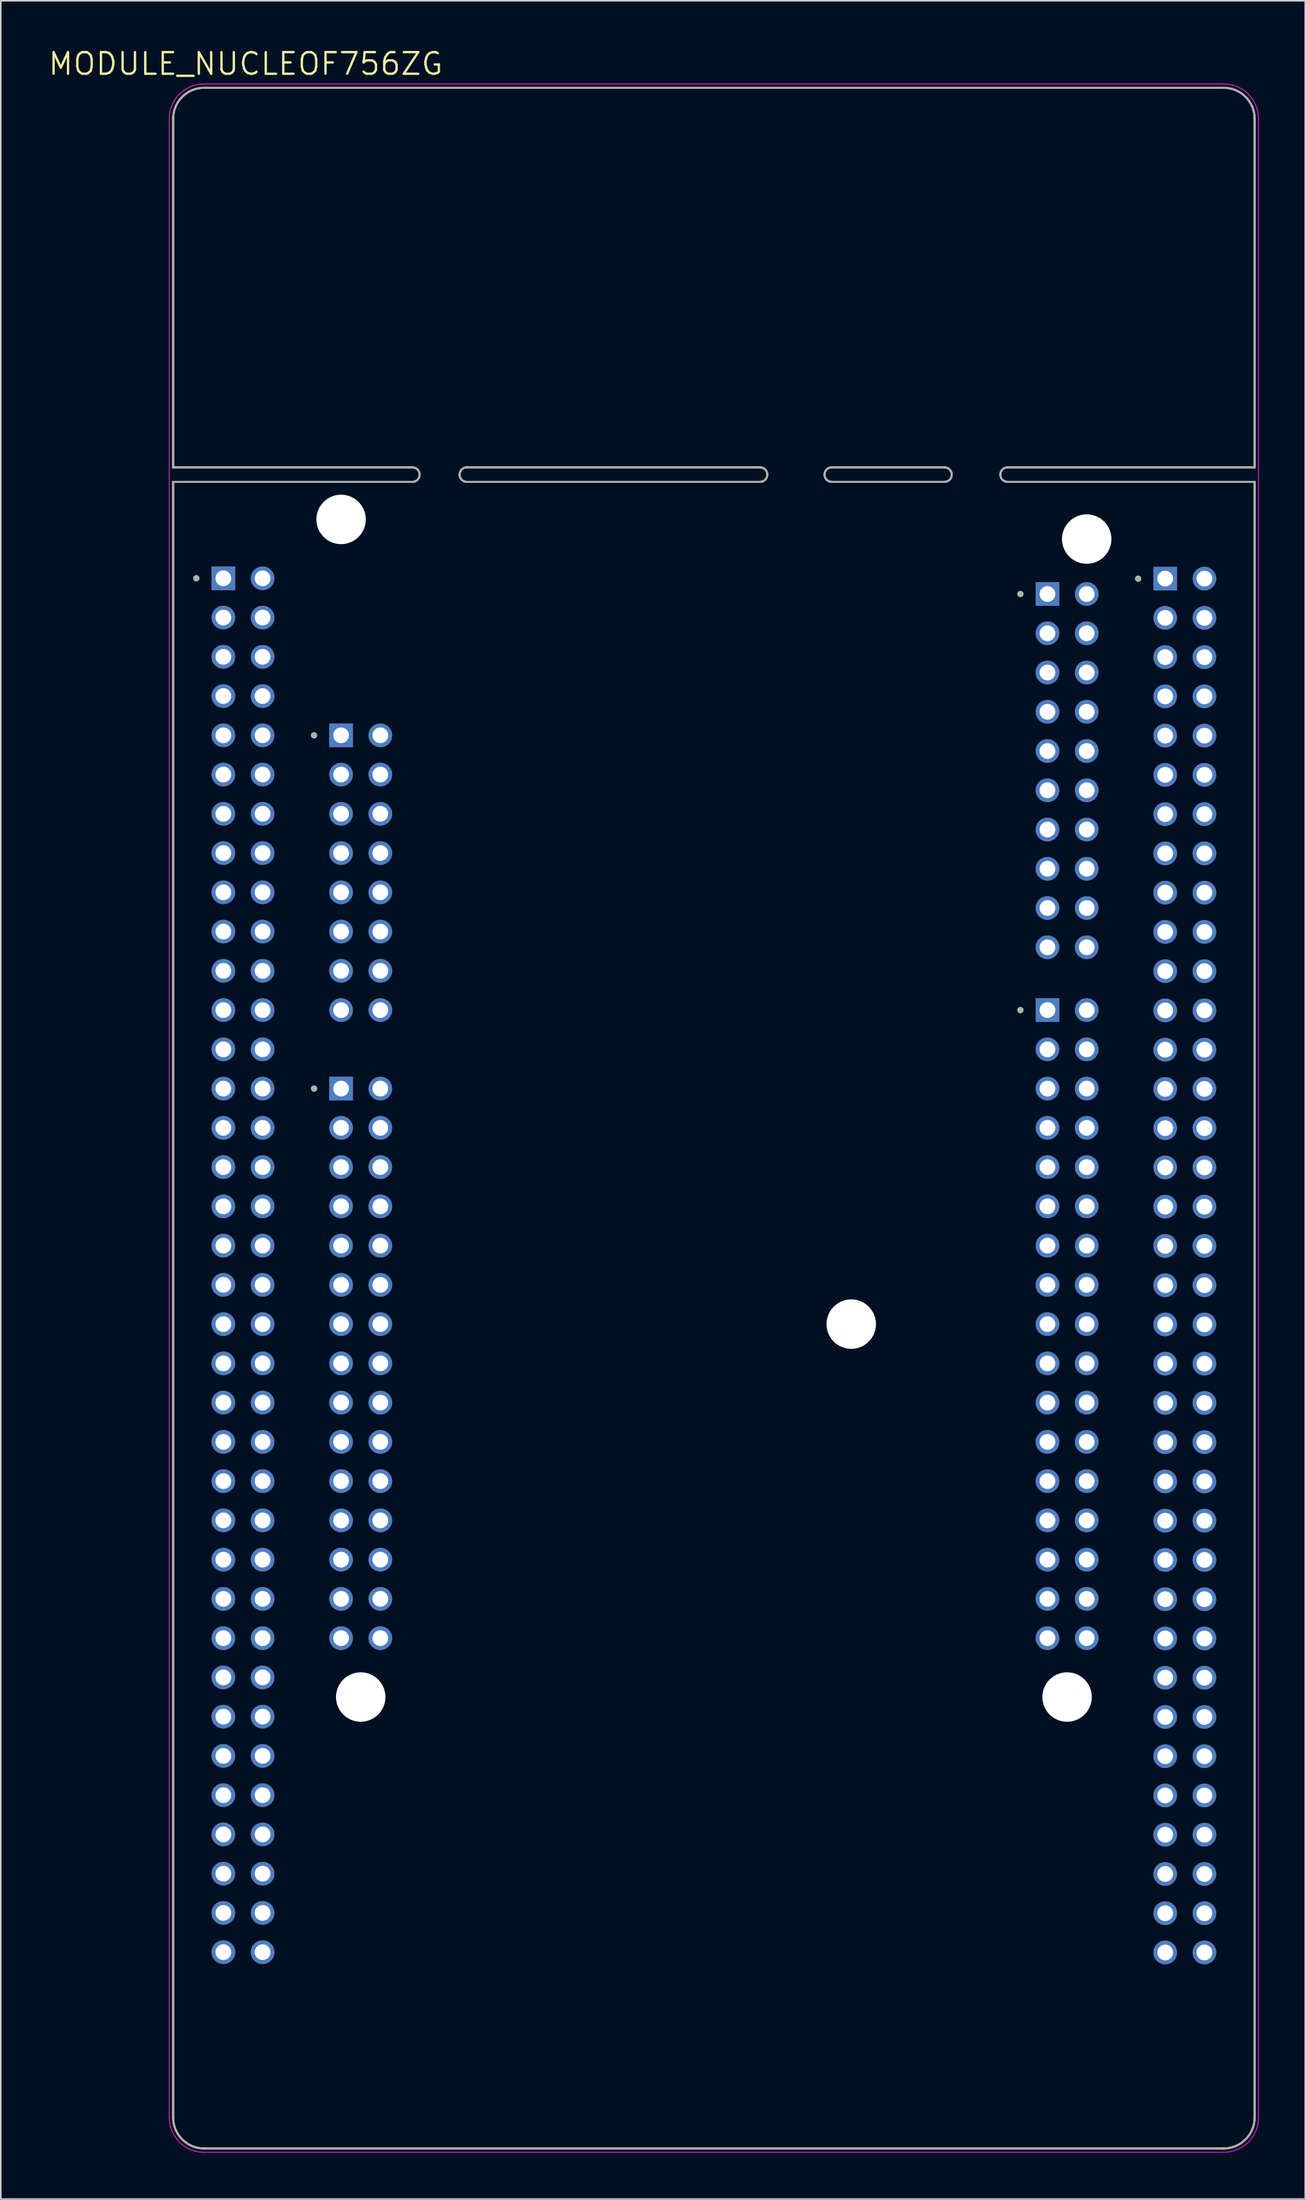
<source format=kicad_pcb>
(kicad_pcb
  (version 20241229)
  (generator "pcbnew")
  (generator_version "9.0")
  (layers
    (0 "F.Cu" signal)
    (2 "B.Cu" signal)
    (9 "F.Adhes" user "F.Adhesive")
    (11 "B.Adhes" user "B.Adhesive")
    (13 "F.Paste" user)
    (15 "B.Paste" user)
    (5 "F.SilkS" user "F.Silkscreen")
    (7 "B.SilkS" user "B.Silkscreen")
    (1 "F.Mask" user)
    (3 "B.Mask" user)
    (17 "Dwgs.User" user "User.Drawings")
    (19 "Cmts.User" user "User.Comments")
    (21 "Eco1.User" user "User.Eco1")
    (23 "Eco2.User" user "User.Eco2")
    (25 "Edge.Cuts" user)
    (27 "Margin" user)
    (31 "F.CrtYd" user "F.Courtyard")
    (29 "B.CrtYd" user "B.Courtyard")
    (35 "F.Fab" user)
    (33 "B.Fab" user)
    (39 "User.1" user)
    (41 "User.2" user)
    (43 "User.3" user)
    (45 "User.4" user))
  (footprint "MODULE_NUCLEOF756ZG"
    (layer "F.Cu")
    (at 43.157 69.301)
    (property "Reference" "MODULE_NUCLEOF756ZG" (at -30.305 -68.219 0) (layer "F.SilkS") (effects (font (size 1.4 1.4) (thickness 0.15))))
    (attr through_hole)
    (fp_line (start -35 -64.67) (end -35 -42.11) (stroke (width 0.127) (type solid)) (layer "F.SilkS"))
    (fp_line (start -35 -42.11) (end -19.507 -42.11) (stroke (width 0.127) (type solid)) (layer "F.SilkS"))
    (fp_line (start -35 -41.17) (end -35 64.67) (stroke (width 0.127) (type solid)) (layer "F.SilkS"))
    (fp_line (start -35 -41.17) (end -19.507 -41.17) (stroke (width 0.127) (type solid)) (layer "F.SilkS"))
    (fp_line (start -33 66.67) (end 33 66.67) (stroke (width 0.127) (type solid)) (layer "F.SilkS"))
    (fp_line (start -16.002 -42.11) (end 2.997 -42.11) (stroke (width 0.127) (type solid)) (layer "F.SilkS"))
    (fp_line (start -16.002 -41.17) (end 2.997 -41.17) (stroke (width 0.127) (type solid)) (layer "F.SilkS"))
    (fp_line (start 7.62 -42.11) (end 14.935 -42.11) (stroke (width 0.127) (type solid)) (layer "F.SilkS"))
    (fp_line (start 7.62 -41.17) (end 14.935 -41.17) (stroke (width 0.127) (type solid)) (layer "F.SilkS"))
    (fp_line (start 18.999 -42.11) (end 35 -42.11) (stroke (width 0.127) (type solid)) (layer "F.SilkS"))
    (fp_line (start 18.999 -41.17) (end 35 -41.17) (stroke (width 0.127) (type solid)) (layer "F.SilkS"))
    (fp_line (start 33 -66.67) (end -33 -66.67) (stroke (width 0.127) (type solid)) (layer "F.SilkS"))
    (fp_line (start 35 -42.11) (end 35 -64.67) (stroke (width 0.127) (type solid)) (layer "F.SilkS"))
    (fp_line (start 35 64.67) (end 35 -41.17) (stroke (width 0.127) (type solid)) (layer "F.SilkS"))
    (fp_arc (start -35 -64.67) (mid -34.414214 -66.084214) (end -33 -66.67) (stroke (width 0.127) (type solid)) (layer "F.SilkS"))
    (fp_arc (start -33 66.67) (mid -34.414214 66.084214) (end -35 64.67) (stroke (width 0.127) (type solid)) (layer "F.SilkS"))
    (fp_arc (start -19.507199 -42.11) (mid -19.044602 -41.64) (end -19.5072 -41.17) (stroke (width 0.127) (type solid)) (layer "F.SilkS"))
    (fp_arc (start -16.002001 -41.17) (mid -16.464598 -41.64) (end -16.002 -42.11) (stroke (width 0.127) (type solid)) (layer "F.SilkS"))
    (fp_arc (start 2.997201 -42.11) (mid 3.459798 -41.64) (end 2.9972 -41.17) (stroke (width 0.127) (type solid)) (layer "F.SilkS"))
    (fp_arc (start 7.619999 -41.17) (mid 7.157402 -41.64) (end 7.62 -42.11) (stroke (width 0.127) (type solid)) (layer "F.SilkS"))
    (fp_arc (start 14.935201 -42.11) (mid 15.397798 -41.64) (end 14.9352 -41.17) (stroke (width 0.127) (type solid)) (layer "F.SilkS"))
    (fp_arc (start 18.999199 -41.17) (mid 18.536602 -41.64) (end 18.9992 -42.11) (stroke (width 0.127) (type solid)) (layer "F.SilkS"))
    (fp_arc (start 33 -66.67) (mid 34.414214 -66.084214) (end 35 -64.67) (stroke (width 0.127) (type solid)) (layer "F.SilkS"))
    (fp_arc (start 35 64.67) (mid 34.414214 66.084214) (end 33 66.67) (stroke (width 0.127) (type solid)) (layer "F.SilkS"))
    (fp_circle (center -33.5 -34.93) (end -33.4 -34.93) (stroke (width 0.2) (type solid)) (fill no) (layer "F.SilkS"))
    (fp_circle (center -25.88 -24.77) (end -25.78 -24.77) (stroke (width 0.2) (type solid)) (fill no) (layer "F.SilkS"))
    (fp_circle (center -25.88 -1.91) (end -25.78 -1.91) (stroke (width 0.2) (type solid)) (fill no) (layer "F.SilkS"))
    (fp_circle (center 19.84 -33.914) (end 19.94 -33.914) (stroke (width 0.2) (type solid)) (fill no) (layer "F.SilkS"))
    (fp_circle (center 19.84 -6.99) (end 19.94 -6.99) (stroke (width 0.2) (type solid)) (fill no) (layer "F.SilkS"))
    (fp_circle (center 27.46 -34.905) (end 27.56 -34.905) (stroke (width 0.2) (type solid)) (fill no) (layer "F.SilkS"))
    (fp_line (start -35.25 -64.67) (end -35.25 64.67) (stroke (width 0.05) (type solid)) (layer "F.CrtYd"))
    (fp_line (start -33 66.92) (end 33 66.92) (stroke (width 0.05) (type solid)) (layer "F.CrtYd"))
    (fp_line (start 33 -66.92) (end -33 -66.92) (stroke (width 0.05) (type solid)) (layer "F.CrtYd"))
    (fp_line (start 35.25 64.67) (end 35.25 -64.67) (stroke (width 0.05) (type solid)) (layer "F.CrtYd"))
    (fp_arc (start -35.25 -64.67) (mid -34.59099 -66.26099) (end -33 -66.92) (stroke (width 0.05) (type solid)) (layer "F.CrtYd"))
    (fp_arc (start -33 66.92) (mid -34.59099 66.26099) (end -35.25 64.67) (stroke (width 0.05) (type solid)) (layer "F.CrtYd"))
    (fp_arc (start 33 -66.92) (mid 34.59099 -66.26099) (end 35.25 -64.67) (stroke (width 0.05) (type solid)) (layer "F.CrtYd"))
    (fp_arc (start 35.25 64.67) (mid 34.59099 66.26099) (end 33 66.92) (stroke (width 0.05) (type solid)) (layer "F.CrtYd"))
    (fp_line (start -35 -64.67) (end -35 -42.11) (stroke (width 0.127) (type solid)) (layer "F.Fab"))
    (fp_line (start -35 -42.11) (end -19.507 -42.11) (stroke (width 0.127) (type solid)) (layer "F.Fab"))
    (fp_line (start -35 -41.17) (end -35 64.67) (stroke (width 0.127) (type solid)) (layer "F.Fab"))
    (fp_line (start -35 -41.17) (end -19.507 -41.17) (stroke (width 0.127) (type solid)) (layer "F.Fab"))
    (fp_line (start -33 66.67) (end 33 66.67) (stroke (width 0.127) (type solid)) (layer "F.Fab"))
    (fp_line (start -16.002 -42.11) (end 2.997 -42.11) (stroke (width 0.127) (type solid)) (layer "F.Fab"))
    (fp_line (start -16.002 -41.17) (end 2.997 -41.17) (stroke (width 0.127) (type solid)) (layer "F.Fab"))
    (fp_line (start 7.62 -42.11) (end 14.935 -42.11) (stroke (width 0.127) (type solid)) (layer "F.Fab"))
    (fp_line (start 7.62 -41.17) (end 14.935 -41.17) (stroke (width 0.127) (type solid)) (layer "F.Fab"))
    (fp_line (start 18.999 -42.11) (end 35 -42.11) (stroke (width 0.127) (type solid)) (layer "F.Fab"))
    (fp_line (start 18.999 -41.17) (end 35 -41.17) (stroke (width 0.127) (type solid)) (layer "F.Fab"))
    (fp_line (start 33 -66.67) (end -33 -66.67) (stroke (width 0.127) (type solid)) (layer "F.Fab"))
    (fp_line (start 35 -42.11) (end 35 -64.67) (stroke (width 0.127) (type solid)) (layer "F.Fab"))
    (fp_line (start 35 64.67) (end 35 -41.17) (stroke (width 0.127) (type solid)) (layer "F.Fab"))
    (fp_arc (start -35 -64.67) (mid -34.414214 -66.084214) (end -33 -66.67) (stroke (width 0.127) (type solid)) (layer "F.Fab"))
    (fp_arc (start -33 66.67) (mid -34.414214 66.084214) (end -35 64.67) (stroke (width 0.127) (type solid)) (layer "F.Fab"))
    (fp_arc (start -19.507199 -42.11) (mid -19.044602 -41.64) (end -19.5072 -41.17) (stroke (width 0.127) (type solid)) (layer "F.Fab"))
    (fp_arc (start -16.002001 -41.17) (mid -16.464598 -41.64) (end -16.002 -42.11) (stroke (width 0.127) (type solid)) (layer "F.Fab"))
    (fp_arc (start 2.997201 -42.11) (mid 3.459798 -41.64) (end 2.9972 -41.17) (stroke (width 0.127) (type solid)) (layer "F.Fab"))
    (fp_arc (start 7.619999 -41.17) (mid 7.157402 -41.64) (end 7.62 -42.11) (stroke (width 0.127) (type solid)) (layer "F.Fab"))
    (fp_arc (start 14.935201 -42.11) (mid 15.397798 -41.64) (end 14.9352 -41.17) (stroke (width 0.127) (type solid)) (layer "F.Fab"))
    (fp_arc (start 18.999199 -41.17) (mid 18.536602 -41.64) (end 18.9992 -42.11) (stroke (width 0.127) (type solid)) (layer "F.Fab"))
    (fp_arc (start 33 -66.67) (mid 34.414214 -66.084214) (end 35 -64.67) (stroke (width 0.127) (type solid)) (layer "F.Fab"))
    (fp_arc (start 35 64.67) (mid 34.414214 66.084214) (end 33 66.67) (stroke (width 0.127) (type solid)) (layer "F.Fab"))
    (fp_circle (center -33.5 -34.93) (end -33.4 -34.93) (stroke (width 0.2) (type solid)) (fill no) (layer "F.Fab"))
    (fp_circle (center -25.88 -24.77) (end -25.78 -24.77) (stroke (width 0.2) (type solid)) (fill no) (layer "F.Fab"))
    (fp_circle (center -25.88 -1.91) (end -25.78 -1.91) (stroke (width 0.2) (type solid)) (fill no) (layer "F.Fab"))
    (fp_circle (center 19.84 -33.914) (end 19.94 -33.914) (stroke (width 0.2) (type solid)) (fill no) (layer "F.Fab"))
    (fp_circle (center 19.84 -6.99) (end 19.94 -6.99) (stroke (width 0.2) (type solid)) (fill no) (layer "F.Fab"))
    (fp_circle (center 27.46 -34.905) (end 27.56 -34.905) (stroke (width 0.2) (type solid)) (fill no) (layer "F.Fab"))
    (pad "" np_thru_hole circle (at -24.13 -38.74) (size 3.2 3.2) (drill 3.2) (layers "*.Cu" "*.Mask"))
    (pad "" np_thru_hole circle (at -22.86 37.46) (size 3.2 3.2) (drill 3.2) (layers "*.Cu" "*.Mask"))
    (pad "" np_thru_hole circle (at 8.89 13.33) (size 3.2 3.2) (drill 3.2) (layers "*.Cu" "*.Mask"))
    (pad "" np_thru_hole circle (at 22.86 37.46) (size 3.2 3.2) (drill 3.2) (layers "*.Cu" "*.Mask"))
    (pad "" np_thru_hole circle (at 24.13 -37.47) (size 3.2 3.2) (drill 3.2) (layers "*.Cu" "*.Mask"))
    (pad "CN7_1" thru_hole rect (at 21.59 -33.914) (size 1.53 1.53) (drill 1.02) (layers "*.Cu" "*.Mask"))
    (pad "CN7_2" thru_hole circle (at 24.13 -33.914) (size 1.53 1.53) (drill 1.02) (layers "*.Cu" "*.Mask"))
    (pad "CN7_3" thru_hole circle (at 21.59 -31.374) (size 1.53 1.53) (drill 1.02) (layers "*.Cu" "*.Mask"))
    (pad "CN7_4" thru_hole circle (at 24.13 -31.374) (size 1.53 1.53) (drill 1.02) (layers "*.Cu" "*.Mask"))
    (pad "CN7_5" thru_hole circle (at 21.59 -28.834) (size 1.53 1.53) (drill 1.02) (layers "*.Cu" "*.Mask"))
    (pad "CN7_6" thru_hole circle (at 24.13 -28.834) (size 1.53 1.53) (drill 1.02) (layers "*.Cu" "*.Mask"))
    (pad "CN7_7" thru_hole circle (at 21.59 -26.294) (size 1.53 1.53) (drill 1.02) (layers "*.Cu" "*.Mask"))
    (pad "CN7_8" thru_hole circle (at 24.13 -26.294) (size 1.53 1.53) (drill 1.02) (layers "*.Cu" "*.Mask"))
    (pad "CN7_9" thru_hole circle (at 21.59 -23.754) (size 1.53 1.53) (drill 1.02) (layers "*.Cu" "*.Mask"))
    (pad "CN7_10" thru_hole circle (at 24.13 -23.754) (size 1.53 1.53) (drill 1.02) (layers "*.Cu" "*.Mask"))
    (pad "CN7_11" thru_hole circle (at 21.59 -21.214) (size 1.53 1.53) (drill 1.02) (layers "*.Cu" "*.Mask"))
    (pad "CN7_12" thru_hole circle (at 24.13 -21.214) (size 1.53 1.53) (drill 1.02) (layers "*.Cu" "*.Mask"))
    (pad "CN7_13" thru_hole circle (at 21.59 -18.674) (size 1.53 1.53) (drill 1.02) (layers "*.Cu" "*.Mask"))
    (pad "CN7_14" thru_hole circle (at 24.13 -18.674) (size 1.53 1.53) (drill 1.02) (layers "*.Cu" "*.Mask"))
    (pad "CN7_15" thru_hole circle (at 21.59 -16.134) (size 1.53 1.53) (drill 1.02) (layers "*.Cu" "*.Mask"))
    (pad "CN7_16" thru_hole circle (at 24.13 -16.134) (size 1.53 1.53) (drill 1.02) (layers "*.Cu" "*.Mask"))
    (pad "CN7_17" thru_hole circle (at 21.59 -13.594) (size 1.53 1.53) (drill 1.02) (layers "*.Cu" "*.Mask"))
    (pad "CN7_18" thru_hole circle (at 24.13 -13.594) (size 1.53 1.53) (drill 1.02) (layers "*.Cu" "*.Mask"))
    (pad "CN7_19" thru_hole circle (at 21.59 -11.054) (size 1.53 1.53) (drill 1.02) (layers "*.Cu" "*.Mask"))
    (pad "CN7_20" thru_hole circle (at 24.13 -11.054) (size 1.53 1.53) (drill 1.02) (layers "*.Cu" "*.Mask"))
    (pad "CN8_1" thru_hole rect (at -24.13 -24.77) (size 1.53 1.53) (drill 1.02) (layers "*.Cu" "*.Mask"))
    (pad "CN8_2" thru_hole circle (at -21.59 -24.77) (size 1.53 1.53) (drill 1.02) (layers "*.Cu" "*.Mask"))
    (pad "CN8_3" thru_hole circle (at -24.13 -22.23) (size 1.53 1.53) (drill 1.02) (layers "*.Cu" "*.Mask"))
    (pad "CN8_4" thru_hole circle (at -21.59 -22.23) (size 1.53 1.53) (drill 1.02) (layers "*.Cu" "*.Mask"))
    (pad "CN8_5" thru_hole circle (at -24.13 -19.69) (size 1.53 1.53) (drill 1.02) (layers "*.Cu" "*.Mask"))
    (pad "CN8_6" thru_hole circle (at -21.59 -19.69) (size 1.53 1.53) (drill 1.02) (layers "*.Cu" "*.Mask"))
    (pad "CN8_7" thru_hole circle (at -24.13 -17.15) (size 1.53 1.53) (drill 1.02) (layers "*.Cu" "*.Mask"))
    (pad "CN8_8" thru_hole circle (at -21.59 -17.15) (size 1.53 1.53) (drill 1.02) (layers "*.Cu" "*.Mask"))
    (pad "CN8_9" thru_hole circle (at -24.13 -14.61) (size 1.53 1.53) (drill 1.02) (layers "*.Cu" "*.Mask"))
    (pad "CN8_10" thru_hole circle (at -21.59 -14.61) (size 1.53 1.53) (drill 1.02) (layers "*.Cu" "*.Mask"))
    (pad "CN8_11" thru_hole circle (at -24.13 -12.07) (size 1.53 1.53) (drill 1.02) (layers "*.Cu" "*.Mask"))
    (pad "CN8_12" thru_hole circle (at -21.59 -12.07) (size 1.53 1.53) (drill 1.02) (layers "*.Cu" "*.Mask"))
    (pad "CN8_13" thru_hole circle (at -24.13 -9.53) (size 1.53 1.53) (drill 1.02) (layers "*.Cu" "*.Mask"))
    (pad "CN8_14" thru_hole circle (at -21.59 -9.53) (size 1.53 1.53) (drill 1.02) (layers "*.Cu" "*.Mask"))
    (pad "CN8_15" thru_hole circle (at -24.13 -6.99) (size 1.53 1.53) (drill 1.02) (layers "*.Cu" "*.Mask"))
    (pad "CN8_16" thru_hole circle (at -21.59 -6.99) (size 1.53 1.53) (drill 1.02) (layers "*.Cu" "*.Mask"))
    (pad "CN9_1" thru_hole rect (at -24.13 -1.91) (size 1.53 1.53) (drill 1.02) (layers "*.Cu" "*.Mask"))
    (pad "CN9_2" thru_hole circle (at -21.59 -1.91) (size 1.53 1.53) (drill 1.02) (layers "*.Cu" "*.Mask"))
    (pad "CN9_3" thru_hole circle (at -24.13 0.63) (size 1.53 1.53) (drill 1.02) (layers "*.Cu" "*.Mask"))
    (pad "CN9_4" thru_hole circle (at -21.59 0.63) (size 1.53 1.53) (drill 1.02) (layers "*.Cu" "*.Mask"))
    (pad "CN9_5" thru_hole circle (at -24.13 3.17) (size 1.53 1.53) (drill 1.02) (layers "*.Cu" "*.Mask"))
    (pad "CN9_6" thru_hole circle (at -21.59 3.17) (size 1.53 1.53) (drill 1.02) (layers "*.Cu" "*.Mask"))
    (pad "CN9_7" thru_hole circle (at -24.13 5.71) (size 1.53 1.53) (drill 1.02) (layers "*.Cu" "*.Mask"))
    (pad "CN9_8" thru_hole circle (at -21.59 5.71) (size 1.53 1.53) (drill 1.02) (layers "*.Cu" "*.Mask"))
    (pad "CN9_9" thru_hole circle (at -24.13 8.25) (size 1.53 1.53) (drill 1.02) (layers "*.Cu" "*.Mask"))
    (pad "CN9_10" thru_hole circle (at -21.59 8.25) (size 1.53 1.53) (drill 1.02) (layers "*.Cu" "*.Mask"))
    (pad "CN9_11" thru_hole circle (at -24.13 10.79) (size 1.53 1.53) (drill 1.02) (layers "*.Cu" "*.Mask"))
    (pad "CN9_12" thru_hole circle (at -21.59 10.79) (size 1.53 1.53) (drill 1.02) (layers "*.Cu" "*.Mask"))
    (pad "CN9_13" thru_hole circle (at -24.13 13.33) (size 1.53 1.53) (drill 1.02) (layers "*.Cu" "*.Mask"))
    (pad "CN9_14" thru_hole circle (at -21.59 13.33) (size 1.53 1.53) (drill 1.02) (layers "*.Cu" "*.Mask"))
    (pad "CN9_15" thru_hole circle (at -24.13 15.87) (size 1.53 1.53) (drill 1.02) (layers "*.Cu" "*.Mask"))
    (pad "CN9_16" thru_hole circle (at -21.59 15.87) (size 1.53 1.53) (drill 1.02) (layers "*.Cu" "*.Mask"))
    (pad "CN9_17" thru_hole circle (at -24.13 18.41) (size 1.53 1.53) (drill 1.02) (layers "*.Cu" "*.Mask"))
    (pad "CN9_18" thru_hole circle (at -21.59 18.41) (size 1.53 1.53) (drill 1.02) (layers "*.Cu" "*.Mask"))
    (pad "CN9_19" thru_hole circle (at -24.13 20.95) (size 1.53 1.53) (drill 1.02) (layers "*.Cu" "*.Mask"))
    (pad "CN9_20" thru_hole circle (at -21.59 20.95) (size 1.53 1.53) (drill 1.02) (layers "*.Cu" "*.Mask"))
    (pad "CN9_21" thru_hole circle (at -24.13 23.49) (size 1.53 1.53) (drill 1.02) (layers "*.Cu" "*.Mask"))
    (pad "CN9_22" thru_hole circle (at -21.59 23.49) (size 1.53 1.53) (drill 1.02) (layers "*.Cu" "*.Mask"))
    (pad "CN9_23" thru_hole circle (at -24.13 26.03) (size 1.53 1.53) (drill 1.02) (layers "*.Cu" "*.Mask"))
    (pad "CN9_24" thru_hole circle (at -21.59 26.03) (size 1.53 1.53) (drill 1.02) (layers "*.Cu" "*.Mask"))
    (pad "CN9_25" thru_hole circle (at -24.13 28.57) (size 1.53 1.53) (drill 1.02) (layers "*.Cu" "*.Mask"))
    (pad "CN9_26" thru_hole circle (at -21.59 28.57) (size 1.53 1.53) (drill 1.02) (layers "*.Cu" "*.Mask"))
    (pad "CN9_27" thru_hole circle (at -24.13 31.11) (size 1.53 1.53) (drill 1.02) (layers "*.Cu" "*.Mask"))
    (pad "CN9_28" thru_hole circle (at -21.59 31.11) (size 1.53 1.53) (drill 1.02) (layers "*.Cu" "*.Mask"))
    (pad "CN9_29" thru_hole circle (at -24.13 33.65) (size 1.53 1.53) (drill 1.02) (layers "*.Cu" "*.Mask"))
    (pad "CN9_30" thru_hole circle (at -21.59 33.65) (size 1.53 1.53) (drill 1.02) (layers "*.Cu" "*.Mask"))
    (pad "CN10_1" thru_hole rect (at 21.59 -6.99) (size 1.53 1.53) (drill 1.02) (layers "*.Cu" "*.Mask"))
    (pad "CN10_2" thru_hole circle (at 24.13 -6.99) (size 1.53 1.53) (drill 1.02) (layers "*.Cu" "*.Mask"))
    (pad "CN10_3" thru_hole circle (at 21.59 -4.45) (size 1.53 1.53) (drill 1.02) (layers "*.Cu" "*.Mask"))
    (pad "CN10_4" thru_hole circle (at 24.13 -4.45) (size 1.53 1.53) (drill 1.02) (layers "*.Cu" "*.Mask"))
    (pad "CN10_5" thru_hole circle (at 21.59 -1.91) (size 1.53 1.53) (drill 1.02) (layers "*.Cu" "*.Mask"))
    (pad "CN10_6" thru_hole circle (at 24.13 -1.91) (size 1.53 1.53) (drill 1.02) (layers "*.Cu" "*.Mask"))
    (pad "CN10_7" thru_hole circle (at 21.59 0.63) (size 1.53 1.53) (drill 1.02) (layers "*.Cu" "*.Mask"))
    (pad "CN10_8" thru_hole circle (at 24.13 0.63) (size 1.53 1.53) (drill 1.02) (layers "*.Cu" "*.Mask"))
    (pad "CN10_9" thru_hole circle (at 21.59 3.17) (size 1.53 1.53) (drill 1.02) (layers "*.Cu" "*.Mask"))
    (pad "CN10_10" thru_hole circle (at 24.13 3.17) (size 1.53 1.53) (drill 1.02) (layers "*.Cu" "*.Mask"))
    (pad "CN10_11" thru_hole circle (at 21.59 5.71) (size 1.53 1.53) (drill 1.02) (layers "*.Cu" "*.Mask"))
    (pad "CN10_12" thru_hole circle (at 24.13 5.71) (size 1.53 1.53) (drill 1.02) (layers "*.Cu" "*.Mask"))
    (pad "CN10_13" thru_hole circle (at 21.59 8.25) (size 1.53 1.53) (drill 1.02) (layers "*.Cu" "*.Mask"))
    (pad "CN10_14" thru_hole circle (at 24.13 8.25) (size 1.53 1.53) (drill 1.02) (layers "*.Cu" "*.Mask"))
    (pad "CN10_15" thru_hole circle (at 21.59 10.79) (size 1.53 1.53) (drill 1.02) (layers "*.Cu" "*.Mask"))
    (pad "CN10_16" thru_hole circle (at 24.13 10.79) (size 1.53 1.53) (drill 1.02) (layers "*.Cu" "*.Mask"))
    (pad "CN10_17" thru_hole circle (at 21.59 13.33) (size 1.53 1.53) (drill 1.02) (layers "*.Cu" "*.Mask"))
    (pad "CN10_18" thru_hole circle (at 24.13 13.33) (size 1.53 1.53) (drill 1.02) (layers "*.Cu" "*.Mask"))
    (pad "CN10_19" thru_hole circle (at 21.59 15.87) (size 1.53 1.53) (drill 1.02) (layers "*.Cu" "*.Mask"))
    (pad "CN10_20" thru_hole circle (at 24.13 15.87) (size 1.53 1.53) (drill 1.02) (layers "*.Cu" "*.Mask"))
    (pad "CN10_21" thru_hole circle (at 21.59 18.41) (size 1.53 1.53) (drill 1.02) (layers "*.Cu" "*.Mask"))
    (pad "CN10_22" thru_hole circle (at 24.13 18.41) (size 1.53 1.53) (drill 1.02) (layers "*.Cu" "*.Mask"))
    (pad "CN10_23" thru_hole circle (at 21.59 20.95) (size 1.53 1.53) (drill 1.02) (layers "*.Cu" "*.Mask"))
    (pad "CN10_24" thru_hole circle (at 24.13 20.95) (size 1.53 1.53) (drill 1.02) (layers "*.Cu" "*.Mask"))
    (pad "CN10_25" thru_hole circle (at 21.59 23.49) (size 1.53 1.53) (drill 1.02) (layers "*.Cu" "*.Mask"))
    (pad "CN10_26" thru_hole circle (at 24.13 23.49) (size 1.53 1.53) (drill 1.02) (layers "*.Cu" "*.Mask"))
    (pad "CN10_27" thru_hole circle (at 21.59 26.03) (size 1.53 1.53) (drill 1.02) (layers "*.Cu" "*.Mask"))
    (pad "CN10_28" thru_hole circle (at 24.13 26.03) (size 1.53 1.53) (drill 1.02) (layers "*.Cu" "*.Mask"))
    (pad "CN10_29" thru_hole circle (at 21.59 28.57) (size 1.53 1.53) (drill 1.02) (layers "*.Cu" "*.Mask"))
    (pad "CN10_30" thru_hole circle (at 24.13 28.57) (size 1.53 1.53) (drill 1.02) (layers "*.Cu" "*.Mask"))
    (pad "CN10_31" thru_hole circle (at 21.59 31.11) (size 1.53 1.53) (drill 1.02) (layers "*.Cu" "*.Mask"))
    (pad "CN10_32" thru_hole circle (at 24.13 31.11) (size 1.53 1.53) (drill 1.02) (layers "*.Cu" "*.Mask"))
    (pad "CN10_33" thru_hole circle (at 21.59 33.65) (size 1.53 1.53) (drill 1.02) (layers "*.Cu" "*.Mask"))
    (pad "CN10_34" thru_hole circle (at 24.13 33.65) (size 1.53 1.53) (drill 1.02) (layers "*.Cu" "*.Mask"))
    (pad "CN11_1" thru_hole rect (at -31.75 -34.93) (size 1.53 1.53) (drill 1.02) (layers "*.Cu" "*.Mask"))
    (pad "CN11_2" thru_hole circle (at -29.21 -34.93) (size 1.53 1.53) (drill 1.02) (layers "*.Cu" "*.Mask"))
    (pad "CN11_3" thru_hole circle (at -31.75 -32.39) (size 1.53 1.53) (drill 1.02) (layers "*.Cu" "*.Mask"))
    (pad "CN11_4" thru_hole circle (at -29.21 -32.39) (size 1.53 1.53) (drill 1.02) (layers "*.Cu" "*.Mask"))
    (pad "CN11_5" thru_hole circle (at -31.75 -29.85) (size 1.53 1.53) (drill 1.02) (layers "*.Cu" "*.Mask"))
    (pad "CN11_6" thru_hole circle (at -29.21 -29.85) (size 1.53 1.53) (drill 1.02) (layers "*.Cu" "*.Mask"))
    (pad "CN11_7" thru_hole circle (at -31.75 -27.31) (size 1.53 1.53) (drill 1.02) (layers "*.Cu" "*.Mask"))
    (pad "CN11_8" thru_hole circle (at -29.21 -27.31) (size 1.53 1.53) (drill 1.02) (layers "*.Cu" "*.Mask"))
    (pad "CN11_9" thru_hole circle (at -31.75 -24.77) (size 1.53 1.53) (drill 1.02) (layers "*.Cu" "*.Mask"))
    (pad "CN11_10" thru_hole circle (at -29.21 -24.77) (size 1.53 1.53) (drill 1.02) (layers "*.Cu" "*.Mask"))
    (pad "CN11_11" thru_hole circle (at -31.75 -22.23) (size 1.53 1.53) (drill 1.02) (layers "*.Cu" "*.Mask"))
    (pad "CN11_12" thru_hole circle (at -29.21 -22.23) (size 1.53 1.53) (drill 1.02) (layers "*.Cu" "*.Mask"))
    (pad "CN11_13" thru_hole circle (at -31.75 -19.69) (size 1.53 1.53) (drill 1.02) (layers "*.Cu" "*.Mask"))
    (pad "CN11_14" thru_hole circle (at -29.21 -19.69) (size 1.53 1.53) (drill 1.02) (layers "*.Cu" "*.Mask"))
    (pad "CN11_15" thru_hole circle (at -31.75 -17.15) (size 1.53 1.53) (drill 1.02) (layers "*.Cu" "*.Mask"))
    (pad "CN11_16" thru_hole circle (at -29.21 -17.15) (size 1.53 1.53) (drill 1.02) (layers "*.Cu" "*.Mask"))
    (pad "CN11_17" thru_hole circle (at -31.75 -14.61) (size 1.53 1.53) (drill 1.02) (layers "*.Cu" "*.Mask"))
    (pad "CN11_18" thru_hole circle (at -29.21 -14.61) (size 1.53 1.53) (drill 1.02) (layers "*.Cu" "*.Mask"))
    (pad "CN11_19" thru_hole circle (at -31.75 -12.07) (size 1.53 1.53) (drill 1.02) (layers "*.Cu" "*.Mask"))
    (pad "CN11_20" thru_hole circle (at -29.21 -12.07) (size 1.53 1.53) (drill 1.02) (layers "*.Cu" "*.Mask"))
    (pad "CN11_21" thru_hole circle (at -31.75 -9.53) (size 1.53 1.53) (drill 1.02) (layers "*.Cu" "*.Mask"))
    (pad "CN11_22" thru_hole circle (at -29.21 -9.53) (size 1.53 1.53) (drill 1.02) (layers "*.Cu" "*.Mask"))
    (pad "CN11_23" thru_hole circle (at -31.75 -6.99) (size 1.53 1.53) (drill 1.02) (layers "*.Cu" "*.Mask"))
    (pad "CN11_24" thru_hole circle (at -29.21 -6.99) (size 1.53 1.53) (drill 1.02) (layers "*.Cu" "*.Mask"))
    (pad "CN11_25" thru_hole circle (at -31.75 -4.45) (size 1.53 1.53) (drill 1.02) (layers "*.Cu" "*.Mask"))
    (pad "CN11_26" thru_hole circle (at -29.21 -4.45) (size 1.53 1.53) (drill 1.02) (layers "*.Cu" "*.Mask"))
    (pad "CN11_27" thru_hole circle (at -31.75 -1.91) (size 1.53 1.53) (drill 1.02) (layers "*.Cu" "*.Mask"))
    (pad "CN11_28" thru_hole circle (at -29.21 -1.91) (size 1.53 1.53) (drill 1.02) (layers "*.Cu" "*.Mask"))
    (pad "CN11_29" thru_hole circle (at -31.75 0.63) (size 1.53 1.53) (drill 1.02) (layers "*.Cu" "*.Mask"))
    (pad "CN11_30" thru_hole circle (at -29.21 0.63) (size 1.53 1.53) (drill 1.02) (layers "*.Cu" "*.Mask"))
    (pad "CN11_31" thru_hole circle (at -31.75 3.17) (size 1.53 1.53) (drill 1.02) (layers "*.Cu" "*.Mask"))
    (pad "CN11_32" thru_hole circle (at -29.21 3.17) (size 1.53 1.53) (drill 1.02) (layers "*.Cu" "*.Mask"))
    (pad "CN11_33" thru_hole circle (at -31.75 5.71) (size 1.53 1.53) (drill 1.02) (layers "*.Cu" "*.Mask"))
    (pad "CN11_34" thru_hole circle (at -29.21 5.71) (size 1.53 1.53) (drill 1.02) (layers "*.Cu" "*.Mask"))
    (pad "CN11_35" thru_hole circle (at -31.75 8.25) (size 1.53 1.53) (drill 1.02) (layers "*.Cu" "*.Mask"))
    (pad "CN11_36" thru_hole circle (at -29.21 8.25) (size 1.53 1.53) (drill 1.02) (layers "*.Cu" "*.Mask"))
    (pad "CN11_37" thru_hole circle (at -31.75 10.79) (size 1.53 1.53) (drill 1.02) (layers "*.Cu" "*.Mask"))
    (pad "CN11_38" thru_hole circle (at -29.21 10.79) (size 1.53 1.53) (drill 1.02) (layers "*.Cu" "*.Mask"))
    (pad "CN11_39" thru_hole circle (at -31.75 13.33) (size 1.53 1.53) (drill 1.02) (layers "*.Cu" "*.Mask"))
    (pad "CN11_40" thru_hole circle (at -29.21 13.33) (size 1.53 1.53) (drill 1.02) (layers "*.Cu" "*.Mask"))
    (pad "CN11_41" thru_hole circle (at -31.75 15.87) (size 1.53 1.53) (drill 1.02) (layers "*.Cu" "*.Mask"))
    (pad "CN11_42" thru_hole circle (at -29.21 15.87) (size 1.53 1.53) (drill 1.02) (layers "*.Cu" "*.Mask"))
    (pad "CN11_43" thru_hole circle (at -31.75 18.41) (size 1.53 1.53) (drill 1.02) (layers "*.Cu" "*.Mask"))
    (pad "CN11_44" thru_hole circle (at -29.21 18.41) (size 1.53 1.53) (drill 1.02) (layers "*.Cu" "*.Mask"))
    (pad "CN11_45" thru_hole circle (at -31.75 20.95) (size 1.53 1.53) (drill 1.02) (layers "*.Cu" "*.Mask"))
    (pad "CN11_46" thru_hole circle (at -29.21 20.95) (size 1.53 1.53) (drill 1.02) (layers "*.Cu" "*.Mask"))
    (pad "CN11_47" thru_hole circle (at -31.75 23.49) (size 1.53 1.53) (drill 1.02) (layers "*.Cu" "*.Mask"))
    (pad "CN11_48" thru_hole circle (at -29.21 23.49) (size 1.53 1.53) (drill 1.02) (layers "*.Cu" "*.Mask"))
    (pad "CN11_49" thru_hole circle (at -31.75 26.03) (size 1.53 1.53) (drill 1.02) (layers "*.Cu" "*.Mask"))
    (pad "CN11_50" thru_hole circle (at -29.21 26.03) (size 1.53 1.53) (drill 1.02) (layers "*.Cu" "*.Mask"))
    (pad "CN11_51" thru_hole circle (at -31.75 28.57) (size 1.53 1.53) (drill 1.02) (layers "*.Cu" "*.Mask"))
    (pad "CN11_52" thru_hole circle (at -29.21 28.57) (size 1.53 1.53) (drill 1.02) (layers "*.Cu" "*.Mask"))
    (pad "CN11_53" thru_hole circle (at -31.75 31.11) (size 1.53 1.53) (drill 1.02) (layers "*.Cu" "*.Mask"))
    (pad "CN11_54" thru_hole circle (at -29.21 31.11) (size 1.53 1.53) (drill 1.02) (layers "*.Cu" "*.Mask"))
    (pad "CN11_55" thru_hole circle (at -31.75 33.65) (size 1.53 1.53) (drill 1.02) (layers "*.Cu" "*.Mask"))
    (pad "CN11_56" thru_hole circle (at -29.21 33.65) (size 1.53 1.53) (drill 1.02) (layers "*.Cu" "*.Mask"))
    (pad "CN11_57" thru_hole circle (at -31.75 36.19) (size 1.53 1.53) (drill 1.02) (layers "*.Cu" "*.Mask"))
    (pad "CN11_58" thru_hole circle (at -29.21 36.19) (size 1.53 1.53) (drill 1.02) (layers "*.Cu" "*.Mask"))
    (pad "CN11_59" thru_hole circle (at -31.75 38.73) (size 1.53 1.53) (drill 1.02) (layers "*.Cu" "*.Mask"))
    (pad "CN11_60" thru_hole circle (at -29.21 38.73) (size 1.53 1.53) (drill 1.02) (layers "*.Cu" "*.Mask"))
    (pad "CN11_61" thru_hole circle (at -31.75 41.27) (size 1.53 1.53) (drill 1.02) (layers "*.Cu" "*.Mask"))
    (pad "CN11_62" thru_hole circle (at -29.21 41.27) (size 1.53 1.53) (drill 1.02) (layers "*.Cu" "*.Mask"))
    (pad "CN11_63" thru_hole circle (at -31.75 43.81) (size 1.53 1.53) (drill 1.02) (layers "*.Cu" "*.Mask"))
    (pad "CN11_64" thru_hole circle (at -29.21 43.81) (size 1.53 1.53) (drill 1.02) (layers "*.Cu" "*.Mask"))
    (pad "CN11_65" thru_hole circle (at -31.75 46.35) (size 1.53 1.53) (drill 1.02) (layers "*.Cu" "*.Mask"))
    (pad "CN11_66" thru_hole circle (at -29.21 46.35) (size 1.53 1.53) (drill 1.02) (layers "*.Cu" "*.Mask"))
    (pad "CN11_67" thru_hole circle (at -31.75 48.89) (size 1.53 1.53) (drill 1.02) (layers "*.Cu" "*.Mask"))
    (pad "CN11_68" thru_hole circle (at -29.21 48.89) (size 1.53 1.53) (drill 1.02) (layers "*.Cu" "*.Mask"))
    (pad "CN11_69" thru_hole circle (at -31.75 51.43) (size 1.53 1.53) (drill 1.02) (layers "*.Cu" "*.Mask"))
    (pad "CN11_70" thru_hole circle (at -29.21 51.43) (size 1.53 1.53) (drill 1.02) (layers "*.Cu" "*.Mask"))
    (pad "CN11_71" thru_hole circle (at -31.75 53.97) (size 1.53 1.53) (drill 1.02) (layers "*.Cu" "*.Mask"))
    (pad "CN11_72" thru_hole circle (at -29.21 53.97) (size 1.53 1.53) (drill 1.02) (layers "*.Cu" "*.Mask"))
    (pad "CN12_1" thru_hole rect (at 29.21 -34.91) (size 1.53 1.53) (drill 1.02) (layers "*.Cu" "*.Mask"))
    (pad "CN12_2" thru_hole circle (at 31.75 -34.91) (size 1.53 1.53) (drill 1.02) (layers "*.Cu" "*.Mask"))
    (pad "CN12_3" thru_hole circle (at 29.21 -32.37) (size 1.53 1.53) (drill 1.02) (layers "*.Cu" "*.Mask"))
    (pad "CN12_4" thru_hole circle (at 31.75 -32.37) (size 1.53 1.53) (drill 1.02) (layers "*.Cu" "*.Mask"))
    (pad "CN12_5" thru_hole circle (at 29.21 -29.83) (size 1.53 1.53) (drill 1.02) (layers "*.Cu" "*.Mask"))
    (pad "CN12_6" thru_hole circle (at 31.75 -29.83) (size 1.53 1.53) (drill 1.02) (layers "*.Cu" "*.Mask"))
    (pad "CN12_7" thru_hole circle (at 29.21 -27.29) (size 1.53 1.53) (drill 1.02) (layers "*.Cu" "*.Mask"))
    (pad "CN12_8" thru_hole circle (at 31.75 -27.29) (size 1.53 1.53) (drill 1.02) (layers "*.Cu" "*.Mask"))
    (pad "CN12_9" thru_hole circle (at 29.21 -24.75) (size 1.53 1.53) (drill 1.02) (layers "*.Cu" "*.Mask"))
    (pad "CN12_10" thru_hole circle (at 31.75 -24.75) (size 1.53 1.53) (drill 1.02) (layers "*.Cu" "*.Mask"))
    (pad "CN12_11" thru_hole circle (at 29.21 -22.21) (size 1.53 1.53) (drill 1.02) (layers "*.Cu" "*.Mask"))
    (pad "CN12_12" thru_hole circle (at 31.75 -22.21) (size 1.53 1.53) (drill 1.02) (layers "*.Cu" "*.Mask"))
    (pad "CN12_13" thru_hole circle (at 29.21 -19.67) (size 1.53 1.53) (drill 1.02) (layers "*.Cu" "*.Mask"))
    (pad "CN12_14" thru_hole circle (at 31.75 -19.67) (size 1.53 1.53) (drill 1.02) (layers "*.Cu" "*.Mask"))
    (pad "CN12_15" thru_hole circle (at 29.21 -17.13) (size 1.53 1.53) (drill 1.02) (layers "*.Cu" "*.Mask"))
    (pad "CN12_16" thru_hole circle (at 31.75 -17.13) (size 1.53 1.53) (drill 1.02) (layers "*.Cu" "*.Mask"))
    (pad "CN12_17" thru_hole circle (at 29.21 -14.59) (size 1.53 1.53) (drill 1.02) (layers "*.Cu" "*.Mask"))
    (pad "CN12_18" thru_hole circle (at 31.75 -14.59) (size 1.53 1.53) (drill 1.02) (layers "*.Cu" "*.Mask"))
    (pad "CN12_19" thru_hole circle (at 29.21 -12.05) (size 1.53 1.53) (drill 1.02) (layers "*.Cu" "*.Mask"))
    (pad "CN12_20" thru_hole circle (at 31.75 -12.05) (size 1.53 1.53) (drill 1.02) (layers "*.Cu" "*.Mask"))
    (pad "CN12_21" thru_hole circle (at 29.21 -9.51) (size 1.53 1.53) (drill 1.02) (layers "*.Cu" "*.Mask"))
    (pad "CN12_22" thru_hole circle (at 31.75 -9.51) (size 1.53 1.53) (drill 1.02) (layers "*.Cu" "*.Mask"))
    (pad "CN12_23" thru_hole circle (at 29.21 -6.97) (size 1.53 1.53) (drill 1.02) (layers "*.Cu" "*.Mask"))
    (pad "CN12_24" thru_hole circle (at 31.75 -6.97) (size 1.53 1.53) (drill 1.02) (layers "*.Cu" "*.Mask"))
    (pad "CN12_25" thru_hole circle (at 29.21 -4.43) (size 1.53 1.53) (drill 1.02) (layers "*.Cu" "*.Mask"))
    (pad "CN12_26" thru_hole circle (at 31.75 -4.43) (size 1.53 1.53) (drill 1.02) (layers "*.Cu" "*.Mask"))
    (pad "CN12_27" thru_hole circle (at 29.21 -1.89) (size 1.53 1.53) (drill 1.02) (layers "*.Cu" "*.Mask"))
    (pad "CN12_28" thru_hole circle (at 31.75 -1.89) (size 1.53 1.53) (drill 1.02) (layers "*.Cu" "*.Mask"))
    (pad "CN12_29" thru_hole circle (at 29.21 0.65) (size 1.53 1.53) (drill 1.02) (layers "*.Cu" "*.Mask"))
    (pad "CN12_30" thru_hole circle (at 31.75 0.65) (size 1.53 1.53) (drill 1.02) (layers "*.Cu" "*.Mask"))
    (pad "CN12_31" thru_hole circle (at 29.21 3.19) (size 1.53 1.53) (drill 1.02) (layers "*.Cu" "*.Mask"))
    (pad "CN12_32" thru_hole circle (at 31.75 3.19) (size 1.53 1.53) (drill 1.02) (layers "*.Cu" "*.Mask"))
    (pad "CN12_33" thru_hole circle (at 29.21 5.73) (size 1.53 1.53) (drill 1.02) (layers "*.Cu" "*.Mask"))
    (pad "CN12_34" thru_hole circle (at 31.75 5.73) (size 1.53 1.53) (drill 1.02) (layers "*.Cu" "*.Mask"))
    (pad "CN12_35" thru_hole circle (at 29.21 8.27) (size 1.53 1.53) (drill 1.02) (layers "*.Cu" "*.Mask"))
    (pad "CN12_36" thru_hole circle (at 31.75 8.27) (size 1.53 1.53) (drill 1.02) (layers "*.Cu" "*.Mask"))
    (pad "CN12_37" thru_hole circle (at 29.21 10.81) (size 1.53 1.53) (drill 1.02) (layers "*.Cu" "*.Mask"))
    (pad "CN12_38" thru_hole circle (at 31.75 10.81) (size 1.53 1.53) (drill 1.02) (layers "*.Cu" "*.Mask"))
    (pad "CN12_39" thru_hole circle (at 29.21 13.35) (size 1.53 1.53) (drill 1.02) (layers "*.Cu" "*.Mask"))
    (pad "CN12_40" thru_hole circle (at 31.75 13.35) (size 1.53 1.53) (drill 1.02) (layers "*.Cu" "*.Mask"))
    (pad "CN12_41" thru_hole circle (at 29.21 15.89) (size 1.53 1.53) (drill 1.02) (layers "*.Cu" "*.Mask"))
    (pad "CN12_42" thru_hole circle (at 31.75 15.89) (size 1.53 1.53) (drill 1.02) (layers "*.Cu" "*.Mask"))
    (pad "CN12_43" thru_hole circle (at 29.21 18.43) (size 1.53 1.53) (drill 1.02) (layers "*.Cu" "*.Mask"))
    (pad "CN12_44" thru_hole circle (at 31.75 18.43) (size 1.53 1.53) (drill 1.02) (layers "*.Cu" "*.Mask"))
    (pad "CN12_45" thru_hole circle (at 29.21 20.97) (size 1.53 1.53) (drill 1.02) (layers "*.Cu" "*.Mask"))
    (pad "CN12_46" thru_hole circle (at 31.75 20.97) (size 1.53 1.53) (drill 1.02) (layers "*.Cu" "*.Mask"))
    (pad "CN12_47" thru_hole circle (at 29.21 23.51) (size 1.53 1.53) (drill 1.02) (layers "*.Cu" "*.Mask"))
    (pad "CN12_48" thru_hole circle (at 31.75 23.51) (size 1.53 1.53) (drill 1.02) (layers "*.Cu" "*.Mask"))
    (pad "CN12_49" thru_hole circle (at 29.21 26.05) (size 1.53 1.53) (drill 1.02) (layers "*.Cu" "*.Mask"))
    (pad "CN12_50" thru_hole circle (at 31.75 26.05) (size 1.53 1.53) (drill 1.02) (layers "*.Cu" "*.Mask"))
    (pad "CN12_51" thru_hole circle (at 29.21 28.59) (size 1.53 1.53) (drill 1.02) (layers "*.Cu" "*.Mask"))
    (pad "CN12_52" thru_hole circle (at 31.75 28.59) (size 1.53 1.53) (drill 1.02) (layers "*.Cu" "*.Mask"))
    (pad "CN12_53" thru_hole circle (at 29.21 31.13) (size 1.53 1.53) (drill 1.02) (layers "*.Cu" "*.Mask"))
    (pad "CN12_54" thru_hole circle (at 31.75 31.13) (size 1.53 1.53) (drill 1.02) (layers "*.Cu" "*.Mask"))
    (pad "CN12_55" thru_hole circle (at 29.21 33.67) (size 1.53 1.53) (drill 1.02) (layers "*.Cu" "*.Mask"))
    (pad "CN12_56" thru_hole circle (at 31.75 33.67) (size 1.53 1.53) (drill 1.02) (layers "*.Cu" "*.Mask"))
    (pad "CN12_57" thru_hole circle (at 29.21 36.21) (size 1.53 1.53) (drill 1.02) (layers "*.Cu" "*.Mask"))
    (pad "CN12_58" thru_hole circle (at 31.75 36.21) (size 1.53 1.53) (drill 1.02) (layers "*.Cu" "*.Mask"))
    (pad "CN12_59" thru_hole circle (at 29.21 38.75) (size 1.53 1.53) (drill 1.02) (layers "*.Cu" "*.Mask"))
    (pad "CN12_60" thru_hole circle (at 31.75 38.75) (size 1.53 1.53) (drill 1.02) (layers "*.Cu" "*.Mask"))
    (pad "CN12_61" thru_hole circle (at 29.21 41.29) (size 1.53 1.53) (drill 1.02) (layers "*.Cu" "*.Mask"))
    (pad "CN12_62" thru_hole circle (at 31.75 41.29) (size 1.53 1.53) (drill 1.02) (layers "*.Cu" "*.Mask"))
    (pad "CN12_63" thru_hole circle (at 29.21 43.83) (size 1.53 1.53) (drill 1.02) (layers "*.Cu" "*.Mask"))
    (pad "CN12_64" thru_hole circle (at 31.75 43.83) (size 1.53 1.53) (drill 1.02) (layers "*.Cu" "*.Mask"))
    (pad "CN12_65" thru_hole circle (at 29.21 46.37) (size 1.53 1.53) (drill 1.02) (layers "*.Cu" "*.Mask"))
    (pad "CN12_66" thru_hole circle (at 31.75 46.37) (size 1.53 1.53) (drill 1.02) (layers "*.Cu" "*.Mask"))
    (pad "CN12_67" thru_hole circle (at 29.21 48.91) (size 1.53 1.53) (drill 1.02) (layers "*.Cu" "*.Mask"))
    (pad "CN12_68" thru_hole circle (at 31.75 48.91) (size 1.53 1.53) (drill 1.02) (layers "*.Cu" "*.Mask"))
    (pad "CN12_69" thru_hole circle (at 29.21 51.45) (size 1.53 1.53) (drill 1.02) (layers "*.Cu" "*.Mask"))
    (pad "CN12_70" thru_hole circle (at 31.75 51.45) (size 1.53 1.53) (drill 1.02) (layers "*.Cu" "*.Mask"))
    (pad "CN12_71" thru_hole circle (at 29.21 53.99) (size 1.53 1.53) (drill 1.02) (layers "*.Cu" "*.Mask"))
    (pad "CN12_72" thru_hole circle (at 31.75 53.99) (size 1.53 1.53) (drill 1.02) (layers "*.Cu" "*.Mask")))
  (gr_rect
    (start -3 -3)
    (end 81.432 139.246)
    (stroke (width 0.1) (type default))
    (fill no)
    (layer "Edge.Cuts")))
</source>
